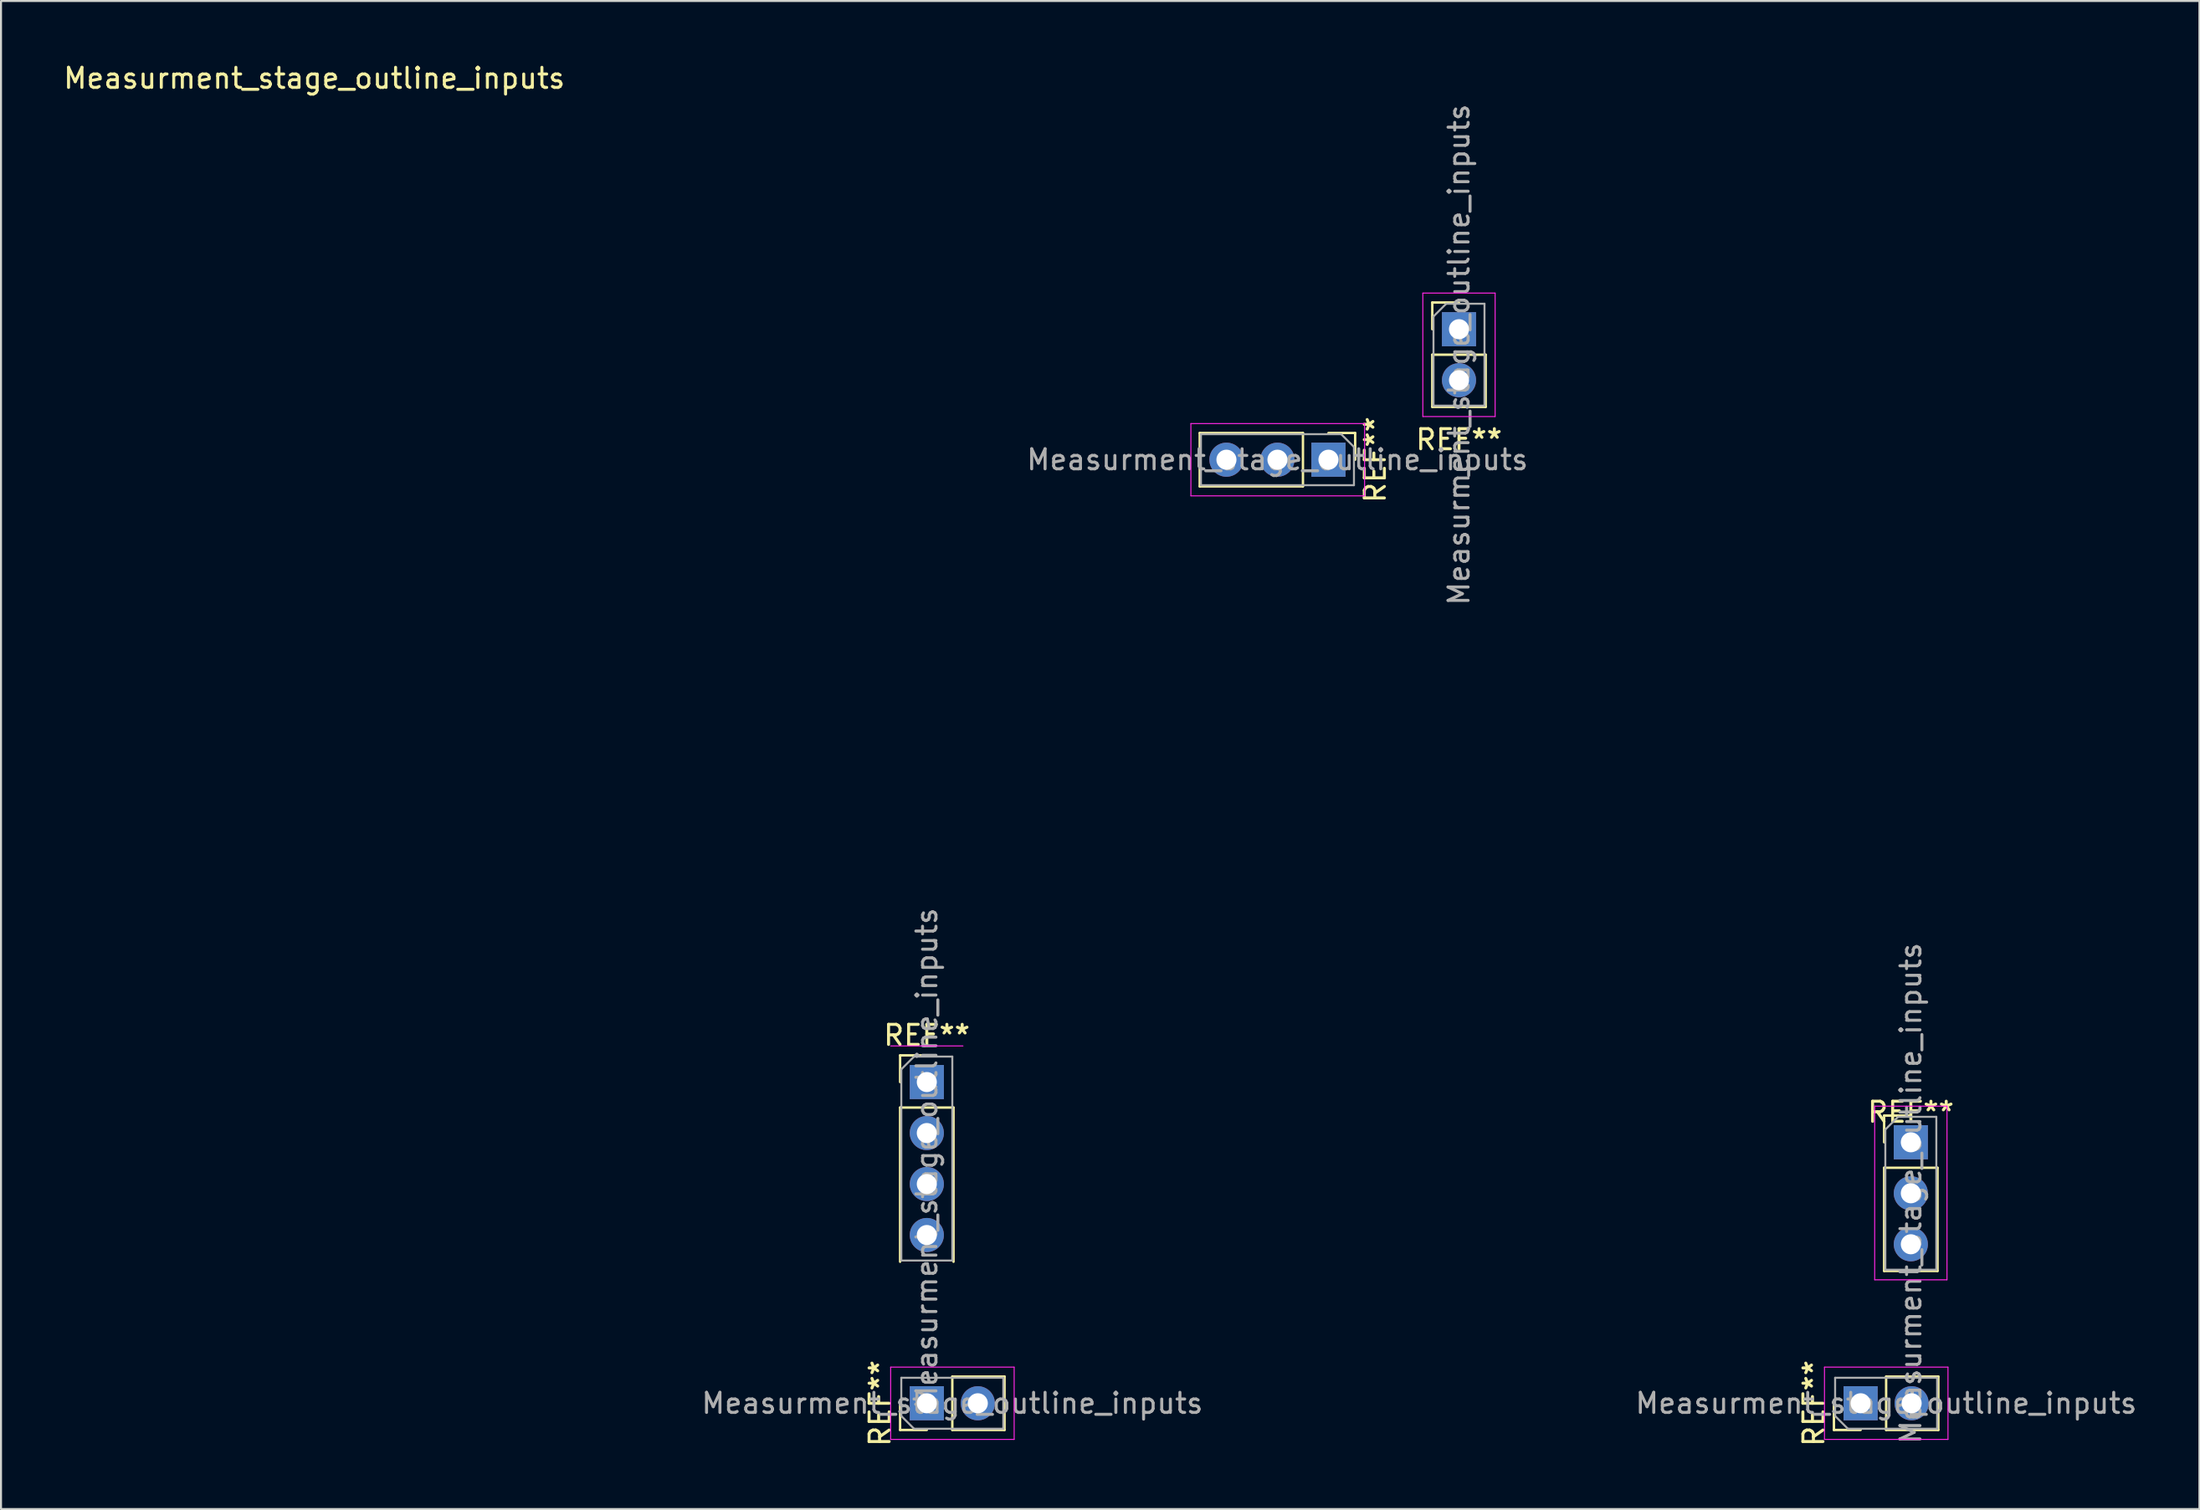
<source format=kicad_pcb>
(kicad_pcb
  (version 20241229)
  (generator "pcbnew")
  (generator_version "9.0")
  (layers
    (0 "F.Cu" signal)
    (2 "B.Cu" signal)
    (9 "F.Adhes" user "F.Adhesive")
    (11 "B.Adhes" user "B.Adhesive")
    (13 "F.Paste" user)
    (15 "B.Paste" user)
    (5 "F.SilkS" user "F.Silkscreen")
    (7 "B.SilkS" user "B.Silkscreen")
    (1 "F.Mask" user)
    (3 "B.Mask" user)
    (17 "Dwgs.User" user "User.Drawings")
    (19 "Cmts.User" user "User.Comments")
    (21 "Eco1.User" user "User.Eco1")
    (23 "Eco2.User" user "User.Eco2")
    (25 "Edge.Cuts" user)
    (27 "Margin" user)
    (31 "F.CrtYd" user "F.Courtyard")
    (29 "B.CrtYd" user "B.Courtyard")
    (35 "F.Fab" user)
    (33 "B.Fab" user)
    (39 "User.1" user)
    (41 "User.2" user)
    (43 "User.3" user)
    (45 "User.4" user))
  (footprint "Measurment_stage_outline_inputs"
    (layer "F.Cu")
    (at 4.101 5.848)
    (property "Reference" "Measurment_stage_outline_inputs" (at 8.5 -5 180) (layer "F.SilkS") (effects (font (size 1 1) (thickness 0.15))))
    (attr through_hole)
    (fp_line (start 37.67 43.67) (end 39 43.67) (stroke (width 0.12) (type solid)) (layer "F.SilkS"))
    (fp_line (start 37.67 45) (end 37.67 43.67) (stroke (width 0.12) (type solid)) (layer "F.SilkS"))
    (fp_line (start 37.67 46.27) (end 37.67 53.95) (stroke (width 0.12) (type solid)) (layer "F.SilkS"))
    (fp_line (start 37.67 46.27) (end 40.33 46.27) (stroke (width 0.12) (type solid)) (layer "F.SilkS"))
    (fp_line (start 37.67 62.33) (end 37.67 61) (stroke (width 0.12) (type solid)) (layer "F.SilkS"))
    (fp_line (start 39 62.33) (end 37.67 62.33) (stroke (width 0.12) (type solid)) (layer "F.SilkS"))
    (fp_line (start 40.27 59.67) (end 42.87 59.67) (stroke (width 0.12) (type solid)) (layer "F.SilkS"))
    (fp_line (start 40.27 62.33) (end 40.27 59.67) (stroke (width 0.12) (type solid)) (layer "F.SilkS"))
    (fp_line (start 40.27 62.33) (end 42.87 62.33) (stroke (width 0.12) (type solid)) (layer "F.SilkS"))
    (fp_line (start 40.33 46.27) (end 40.33 53.95) (stroke (width 0.12) (type solid)) (layer "F.SilkS"))
    (fp_line (start 42.87 62.33) (end 42.87 59.67) (stroke (width 0.12) (type solid)) (layer "F.SilkS"))
    (fp_line (start 52.59 12.67) (end 52.59 15.33) (stroke (width 0.12) (type solid)) (layer "F.SilkS"))
    (fp_line (start 57.73 12.67) (end 52.59 12.67) (stroke (width 0.12) (type solid)) (layer "F.SilkS"))
    (fp_line (start 57.73 12.67) (end 57.73 15.33) (stroke (width 0.12) (type solid)) (layer "F.SilkS"))
    (fp_line (start 57.73 15.33) (end 52.59 15.33) (stroke (width 0.12) (type solid)) (layer "F.SilkS"))
    (fp_line (start 59 12.67) (end 60.33 12.67) (stroke (width 0.12) (type solid)) (layer "F.SilkS"))
    (fp_line (start 60.33 12.67) (end 60.33 14) (stroke (width 0.12) (type solid)) (layer "F.SilkS"))
    (fp_line (start 64.17 6.17) (end 65.5 6.17) (stroke (width 0.12) (type solid)) (layer "F.SilkS"))
    (fp_line (start 64.17 7.5) (end 64.17 6.17) (stroke (width 0.12) (type solid)) (layer "F.SilkS"))
    (fp_line (start 64.17 8.77) (end 64.17 11.37) (stroke (width 0.12) (type solid)) (layer "F.SilkS"))
    (fp_line (start 64.17 8.77) (end 66.83 8.77) (stroke (width 0.12) (type solid)) (layer "F.SilkS"))
    (fp_line (start 64.17 11.37) (end 66.83 11.37) (stroke (width 0.12) (type solid)) (layer "F.SilkS"))
    (fp_line (start 66.83 8.77) (end 66.83 11.37) (stroke (width 0.12) (type solid)) (layer "F.SilkS"))
    (fp_line (start 84.17 62.33) (end 84.17 61) (stroke (width 0.12) (type solid)) (layer "F.SilkS"))
    (fp_line (start 85.5 62.33) (end 84.17 62.33) (stroke (width 0.12) (type solid)) (layer "F.SilkS"))
    (fp_line (start 86.67 46.67) (end 88 46.67) (stroke (width 0.12) (type solid)) (layer "F.SilkS"))
    (fp_line (start 86.67 48) (end 86.67 46.67) (stroke (width 0.12) (type solid)) (layer "F.SilkS"))
    (fp_line (start 86.67 49.27) (end 86.67 54.41) (stroke (width 0.12) (type solid)) (layer "F.SilkS"))
    (fp_line (start 86.67 49.27) (end 89.33 49.27) (stroke (width 0.12) (type solid)) (layer "F.SilkS"))
    (fp_line (start 86.67 54.41) (end 89.33 54.41) (stroke (width 0.12) (type solid)) (layer "F.SilkS"))
    (fp_line (start 86.77 59.67) (end 89.37 59.67) (stroke (width 0.12) (type solid)) (layer "F.SilkS"))
    (fp_line (start 86.77 62.33) (end 86.77 59.67) (stroke (width 0.12) (type solid)) (layer "F.SilkS"))
    (fp_line (start 86.77 62.33) (end 89.37 62.33) (stroke (width 0.12) (type solid)) (layer "F.SilkS"))
    (fp_line (start 89.33 49.27) (end 89.33 54.41) (stroke (width 0.12) (type solid)) (layer "F.SilkS"))
    (fp_line (start 89.37 62.33) (end 89.37 59.67) (stroke (width 0.12) (type solid)) (layer "F.SilkS"))
    (fp_line (start 0 0) (end 68 0) (stroke (width 0.12) (type solid)) (layer "Eco2.User"))
    (fp_line (start 0 42) (end 0 0) (stroke (width 0.12) (type solid)) (layer "Eco2.User"))
    (fp_line (start 0 42) (end 26 42) (stroke (width 0.12) (type solid)) (layer "Eco2.User"))
    (fp_line (start 26 42) (end 26 63) (stroke (width 0.12) (type solid)) (layer "Eco2.User"))
    (fp_line (start 26 63) (end 90 63) (stroke (width 0.12) (type solid)) (layer "Eco2.User"))
    (fp_line (start 68 0) (end 68 36) (stroke (width 0.12) (type solid)) (layer "Eco2.User"))
    (fp_line (start 68 36) (end 90 36) (stroke (width 0.12) (type solid)) (layer "Eco2.User"))
    (fp_line (start 90 36) (end 90 63) (stroke (width 0.12) (type solid)) (layer "Eco2.User"))
    (fp_line (start 37.2 59.2) (end 37.2 62.8) (stroke (width 0.05) (type solid)) (layer "F.CrtYd"))
    (fp_line (start 37.2 62.8) (end 43.35 62.8) (stroke (width 0.05) (type solid)) (layer "F.CrtYd"))
    (fp_line (start 40.8 43.2) (end 37.2 43.2) (stroke (width 0.05) (type solid)) (layer "F.CrtYd"))
    (fp_line (start 43.35 59.2) (end 37.2 59.2) (stroke (width 0.05) (type solid)) (layer "F.CrtYd"))
    (fp_line (start 43.35 62.8) (end 43.35 59.2) (stroke (width 0.05) (type solid)) (layer "F.CrtYd"))
    (fp_line (start 52.15 12.2) (end 52.15 15.8) (stroke (width 0.05) (type solid)) (layer "F.CrtYd"))
    (fp_line (start 52.15 15.8) (end 60.8 15.8) (stroke (width 0.05) (type solid)) (layer "F.CrtYd"))
    (fp_line (start 60.8 12.2) (end 52.15 12.2) (stroke (width 0.05) (type solid)) (layer "F.CrtYd"))
    (fp_line (start 60.8 15.8) (end 60.8 12.2) (stroke (width 0.05) (type solid)) (layer "F.CrtYd"))
    (fp_line (start 63.7 5.7) (end 63.7 11.85) (stroke (width 0.05) (type solid)) (layer "F.CrtYd"))
    (fp_line (start 63.7 11.85) (end 67.3 11.85) (stroke (width 0.05) (type solid)) (layer "F.CrtYd"))
    (fp_line (start 67.3 5.7) (end 63.7 5.7) (stroke (width 0.05) (type solid)) (layer "F.CrtYd"))
    (fp_line (start 67.3 11.85) (end 67.3 5.7) (stroke (width 0.05) (type solid)) (layer "F.CrtYd"))
    (fp_line (start 83.7 59.2) (end 83.7 62.8) (stroke (width 0.05) (type solid)) (layer "F.CrtYd"))
    (fp_line (start 83.7 62.8) (end 89.85 62.8) (stroke (width 0.05) (type solid)) (layer "F.CrtYd"))
    (fp_line (start 86.2 46.2) (end 86.2 54.85) (stroke (width 0.05) (type solid)) (layer "F.CrtYd"))
    (fp_line (start 86.2 54.85) (end 89.8 54.85) (stroke (width 0.05) (type solid)) (layer "F.CrtYd"))
    (fp_line (start 89.8 46.2) (end 86.2 46.2) (stroke (width 0.05) (type solid)) (layer "F.CrtYd"))
    (fp_line (start 89.8 54.85) (end 89.8 46.2) (stroke (width 0.05) (type solid)) (layer "F.CrtYd"))
    (fp_line (start 89.85 59.2) (end 83.7 59.2) (stroke (width 0.05) (type solid)) (layer "F.CrtYd"))
    (fp_line (start 89.85 62.8) (end 89.85 59.2) (stroke (width 0.05) (type solid)) (layer "F.CrtYd"))
    (fp_line (start 37.73 44.365) (end 38.365 43.73) (stroke (width 0.1) (type solid)) (layer "F.Fab"))
    (fp_line (start 37.73 53.89) (end 37.73 44.365) (stroke (width 0.1) (type solid)) (layer "F.Fab"))
    (fp_line (start 37.73 59.73) (end 42.81 59.73) (stroke (width 0.1) (type solid)) (layer "F.Fab"))
    (fp_line (start 37.73 61.635) (end 37.73 59.73) (stroke (width 0.1) (type solid)) (layer "F.Fab"))
    (fp_line (start 38.365 43.73) (end 40.27 43.73) (stroke (width 0.1) (type solid)) (layer "F.Fab"))
    (fp_line (start 38.365 62.27) (end 37.73 61.635) (stroke (width 0.1) (type solid)) (layer "F.Fab"))
    (fp_line (start 40.27 43.73) (end 40.27 53.89) (stroke (width 0.1) (type solid)) (layer "F.Fab"))
    (fp_line (start 40.27 53.89) (end 37.73 53.89) (stroke (width 0.1) (type solid)) (layer "F.Fab"))
    (fp_line (start 42.81 59.73) (end 42.81 62.27) (stroke (width 0.1) (type solid)) (layer "F.Fab"))
    (fp_line (start 42.81 62.27) (end 38.365 62.27) (stroke (width 0.1) (type solid)) (layer "F.Fab"))
    (fp_line (start 52.65 12.73) (end 59.635 12.73) (stroke (width 0.1) (type solid)) (layer "F.Fab"))
    (fp_line (start 52.65 15.27) (end 52.65 12.73) (stroke (width 0.1) (type solid)) (layer "F.Fab"))
    (fp_line (start 59.635 12.73) (end 60.27 13.365) (stroke (width 0.1) (type solid)) (layer "F.Fab"))
    (fp_line (start 60.27 13.365) (end 60.27 15.27) (stroke (width 0.1) (type solid)) (layer "F.Fab"))
    (fp_line (start 60.27 15.27) (end 52.65 15.27) (stroke (width 0.1) (type solid)) (layer "F.Fab"))
    (fp_line (start 64.23 6.865) (end 64.865 6.23) (stroke (width 0.1) (type solid)) (layer "F.Fab"))
    (fp_line (start 64.23 11.31) (end 64.23 6.865) (stroke (width 0.1) (type solid)) (layer "F.Fab"))
    (fp_line (start 64.865 6.23) (end 66.77 6.23) (stroke (width 0.1) (type solid)) (layer "F.Fab"))
    (fp_line (start 66.77 6.23) (end 66.77 11.31) (stroke (width 0.1) (type solid)) (layer "F.Fab"))
    (fp_line (start 66.77 11.31) (end 64.23 11.31) (stroke (width 0.1) (type solid)) (layer "F.Fab"))
    (fp_line (start 84.23 59.73) (end 89.31 59.73) (stroke (width 0.1) (type solid)) (layer "F.Fab"))
    (fp_line (start 84.23 61.635) (end 84.23 59.73) (stroke (width 0.1) (type solid)) (layer "F.Fab"))
    (fp_line (start 84.865 62.27) (end 84.23 61.635) (stroke (width 0.1) (type solid)) (layer "F.Fab"))
    (fp_line (start 86.73 47.365) (end 87.365 46.73) (stroke (width 0.1) (type solid)) (layer "F.Fab"))
    (fp_line (start 86.73 54.35) (end 86.73 47.365) (stroke (width 0.1) (type solid)) (layer "F.Fab"))
    (fp_line (start 87.365 46.73) (end 89.27 46.73) (stroke (width 0.1) (type solid)) (layer "F.Fab"))
    (fp_line (start 89.27 46.73) (end 89.27 54.35) (stroke (width 0.1) (type solid)) (layer "F.Fab"))
    (fp_line (start 89.27 54.35) (end 86.73 54.35) (stroke (width 0.1) (type solid)) (layer "F.Fab"))
    (fp_line (start 89.31 59.73) (end 89.31 62.27) (stroke (width 0.1) (type solid)) (layer "F.Fab"))
    (fp_line (start 89.31 62.27) (end 84.865 62.27) (stroke (width 0.1) (type solid)) (layer "F.Fab"))
    (fp_text user "REF**" (at 39 42.67 0) (layer "F.SilkS") (effects (font (size 1 1) (thickness 0.15))))
    (fp_text user "REF**" (at 61.33 14 270) (layer "F.SilkS") (effects (font (size 1 1) (thickness 0.15))))
    (fp_text user "REF**" (at 88 46.5 0) (layer "F.SilkS") (effects (font (size 1 1) (thickness 0.15))))
    (fp_text user "REF**" (at 83.17 61 90) (layer "F.SilkS") (effects (font (size 1 1) (thickness 0.15))))
    (fp_text user "REF**" (at 65.5 13 180) (layer "F.SilkS") (effects (font (size 1 1) (thickness 0.15))))
    (fp_text user "REF**" (at 36.67 61 90) (layer "F.SilkS") (effects (font (size 1 1) (thickness 0.15))))
    (fp_text user "${REFERENCE}" (at 65.5 8.77 90) (layer "F.Fab") (effects (font (size 1 1) (thickness 0.15))))
    (fp_text user "${REFERENCE}" (at 86.77 61 180) (layer "F.Fab") (effects (font (size 1 1) (thickness 0.15))))
    (fp_text user "${REFERENCE}" (at 39 48.81 90) (layer "F.Fab") (effects (font (size 1 1) (thickness 0.15))))
    (fp_text user "${REFERENCE}" (at 88 50.54 90) (layer "F.Fab") (effects (font (size 1 1) (thickness 0.15))))
    (fp_text user "${REFERENCE}" (at 40.27 61 180) (layer "F.Fab") (effects (font (size 1 1) (thickness 0.15))))
    (fp_text user "${REFERENCE}" (at 56.46 14 0) (layer "F.Fab") (effects (font (size 1 1) (thickness 0.15))))
    (pad "2" thru_hole oval (at 39 47.54) (size 1.7 1.7) (drill 1) (layers "*.Cu" "*.Mask"))
    (pad "3" thru_hole oval (at 39 50.08) (size 1.7 1.7) (drill 1) (layers "*.Cu" "*.Mask"))
    (pad "3" thru_hole oval (at 53.92 14 270) (size 1.7 1.7) (drill 1) (layers "*.Cu" "*.Mask"))
    (pad "4" thru_hole rect (at 39 45) (size 1.7 1.7) (drill 1) (layers "*.Cu" "*.Mask"))
    (pad "4" thru_hole rect (at 59 14 270) (size 1.7 1.7) (drill 1) (layers "*.Cu" "*.Mask"))
    (pad "4" thru_hole rect (at 88 48) (size 1.7 1.7) (drill 1) (layers "*.Cu" "*.Mask"))
    (pad "5" thru_hole oval (at 88 50.54) (size 1.7 1.7) (drill 1) (layers "*.Cu" "*.Mask"))
    (pad "6" thru_hole oval (at 88 53.08) (size 1.7 1.7) (drill 1) (layers "*.Cu" "*.Mask"))
    (pad "8" thru_hole oval (at 56.46 14 270) (size 1.7 1.7) (drill 1) (layers "*.Cu" "*.Mask"))
    (pad "10" thru_hole rect (at 65.5 7.5) (size 1.7 1.7) (drill 1) (layers "*.Cu" "*.Mask"))
    (pad "11" thru_hole oval (at 65.5 10.04) (size 1.7 1.7) (drill 1) (layers "*.Cu" "*.Mask"))
    (pad "12" thru_hole rect (at 39 61 90) (size 1.7 1.7) (drill 1) (layers "*.Cu" "*.Mask"))
    (pad "13" thru_hole oval (at 41.54 61 90) (size 1.7 1.7) (drill 1) (layers "*.Cu" "*.Mask"))
    (pad "14" thru_hole rect (at 85.5 61 90) (size 1.7 1.7) (drill 1) (layers "*.Cu" "*.Mask"))
    (pad "15" thru_hole oval (at 88.04 61 90) (size 1.7 1.7) (drill 1) (layers "*.Cu" "*.Mask"))
    (pad "17" thru_hole oval (at 39 52.62) (size 1.7 1.7) (drill 1) (layers "*.Cu" "*.Mask")))
  (gr_rect
    (start -3 -3)
    (end 106.472 72.116)
    (stroke (width 0.1) (type default))
    (fill no)
    (layer "Edge.Cuts")))
</source>
